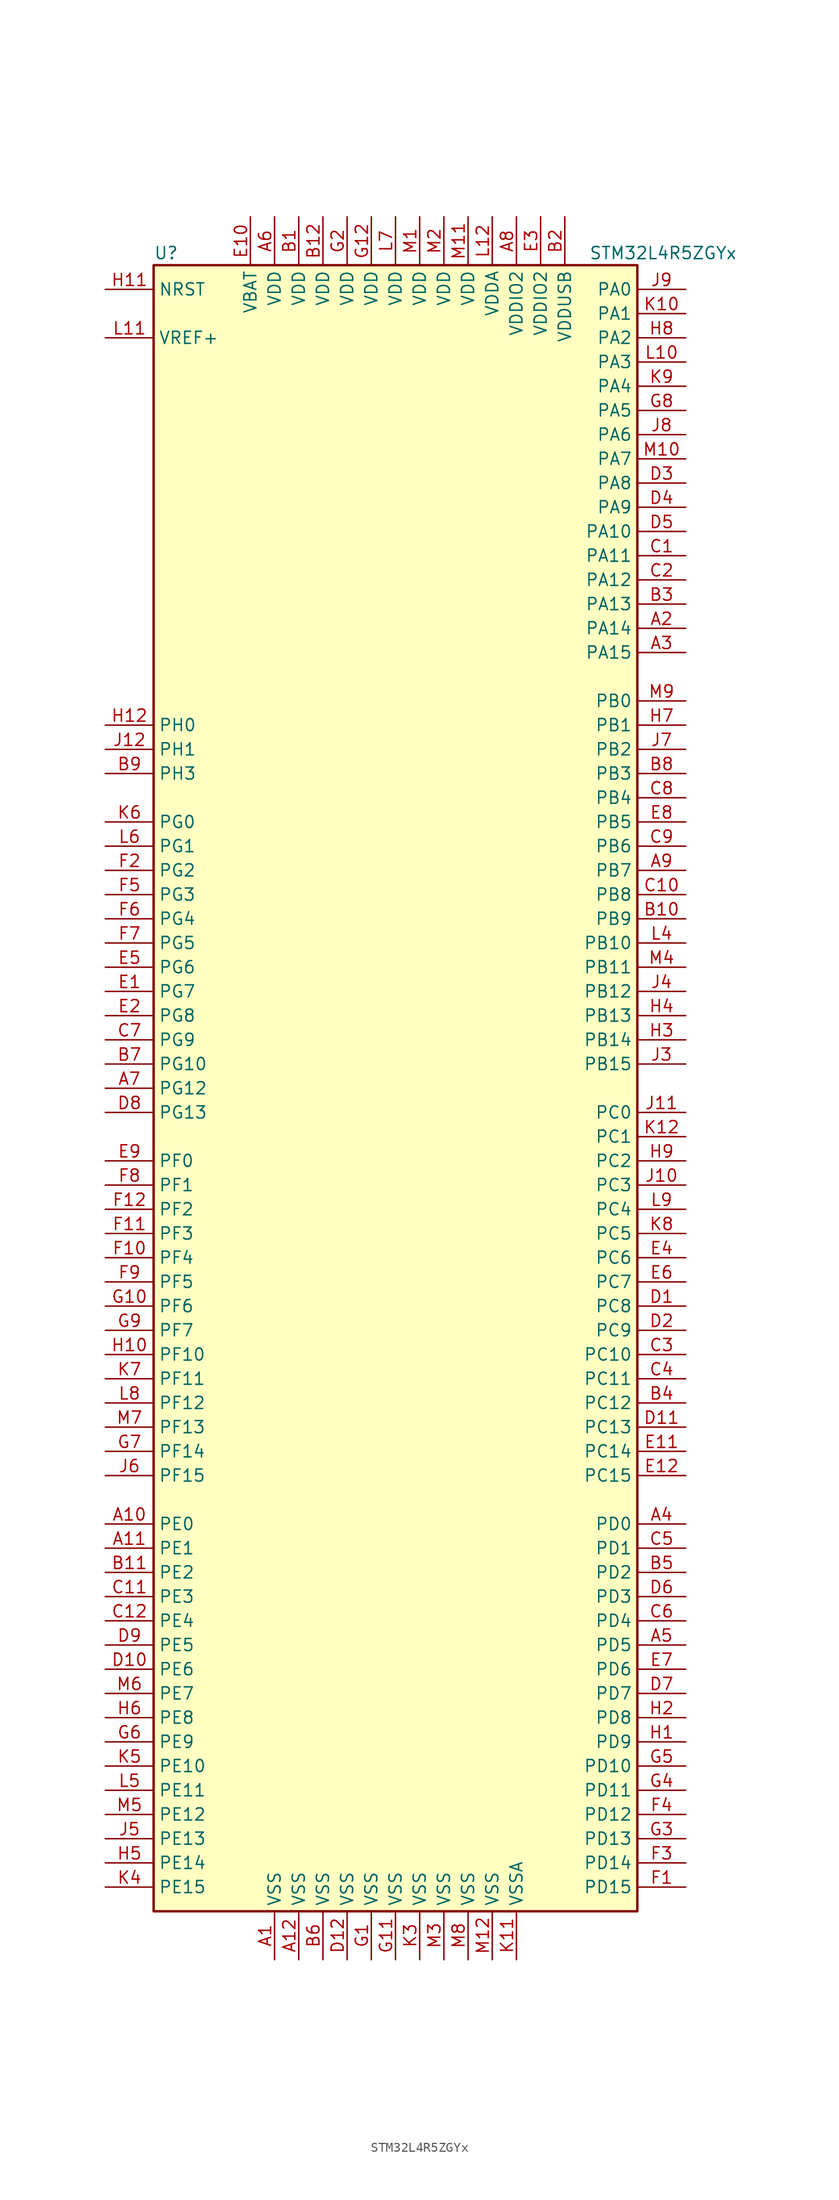
<source format=kicad_sym>
(kicad_symbol_lib
  (version 20211014)
  (generator kicad_symbol_editor)
  (symbol "STM32L4R5ZGYx"
    (property "Reference" "U"
      (at -25.4 87.63 0)
      (effects (font (size 1.27 1.27)) (justify left)))
    (property "Value" "STM32L4R5ZGYx"
      (at 20.32 87.63 0)
      (effects (font (size 1.27 1.27)) (justify left)))
    (symbol "STM32L4R5ZGYx_0_1"
      (rectangle (start -25.4 -86.36) (end 25.4 86.36) (stroke (width 0.254) (type default) (color 0 0 0 0)) (fill (type background))))
    (symbol "STM32L4R5ZGYx_1_1"
      (pin power_in line (at -12.7 -91.44 90) (length 5.08) (name "VSS" (effects (font (size 1.27 1.27)))) (number "A1" (effects (font (size 1.27 1.27)))))
      (pin bidirectional line (at -30.48 -45.72 0) (length 5.08) (name "PE0" (effects (font (size 1.27 1.27)))) (number "A10" (effects (font (size 1.27 1.27)))))
      (pin bidirectional line (at -30.48 -48.26 0) (length 5.08) (name "PE1" (effects (font (size 1.27 1.27)))) (number "A11" (effects (font (size 1.27 1.27)))))
      (pin power_in line (at -10.16 -91.44 90) (length 5.08) (name "VSS" (effects (font (size 1.27 1.27)))) (number "A12" (effects (font (size 1.27 1.27)))))
      (pin bidirectional line (at 30.48 48.26 180) (length 5.08) (name "PA14" (effects (font (size 1.27 1.27)))) (number "A2" (effects (font (size 1.27 1.27)))))
      (pin bidirectional line (at 30.48 45.72 180) (length 5.08) (name "PA15" (effects (font (size 1.27 1.27)))) (number "A3" (effects (font (size 1.27 1.27)))))
      (pin bidirectional line (at 30.48 -45.72 180) (length 5.08) (name "PD0" (effects (font (size 1.27 1.27)))) (number "A4" (effects (font (size 1.27 1.27)))))
      (pin bidirectional line (at 30.48 -58.42 180) (length 5.08) (name "PD5" (effects (font (size 1.27 1.27)))) (number "A5" (effects (font (size 1.27 1.27)))))
      (pin power_in line (at -12.7 91.44 270) (length 5.08) (name "VDD" (effects (font (size 1.27 1.27)))) (number "A6" (effects (font (size 1.27 1.27)))))
      (pin bidirectional line (at -30.48 0 0) (length 5.08) (name "PG12" (effects (font (size 1.27 1.27)))) (number "A7" (effects (font (size 1.27 1.27)))))
      (pin power_in line (at 12.7 91.44 270) (length 5.08) (name "VDDIO2" (effects (font (size 1.27 1.27)))) (number "A8" (effects (font (size 1.27 1.27)))))
      (pin bidirectional line (at 30.48 22.86 180) (length 5.08) (name "PB7" (effects (font (size 1.27 1.27)))) (number "A9" (effects (font (size 1.27 1.27)))))
      (pin power_in line (at -10.16 91.44 270) (length 5.08) (name "VDD" (effects (font (size 1.27 1.27)))) (number "B1" (effects (font (size 1.27 1.27)))))
      (pin bidirectional line (at 30.48 17.78 180) (length 5.08) (name "PB9" (effects (font (size 1.27 1.27)))) (number "B10" (effects (font (size 1.27 1.27)))))
      (pin bidirectional line (at -30.48 -50.8 0) (length 5.08) (name "PE2" (effects (font (size 1.27 1.27)))) (number "B11" (effects (font (size 1.27 1.27)))))
      (pin power_in line (at -7.62 91.44 270) (length 5.08) (name "VDD" (effects (font (size 1.27 1.27)))) (number "B12" (effects (font (size 1.27 1.27)))))
      (pin power_in line (at 17.78 91.44 270) (length 5.08) (name "VDDUSB" (effects (font (size 1.27 1.27)))) (number "B2" (effects (font (size 1.27 1.27)))))
      (pin bidirectional line (at 30.48 50.8 180) (length 5.08) (name "PA13" (effects (font (size 1.27 1.27)))) (number "B3" (effects (font (size 1.27 1.27)))))
      (pin bidirectional line (at 30.48 -33.02 180) (length 5.08) (name "PC12" (effects (font (size 1.27 1.27)))) (number "B4" (effects (font (size 1.27 1.27)))))
      (pin bidirectional line (at 30.48 -50.8 180) (length 5.08) (name "PD2" (effects (font (size 1.27 1.27)))) (number "B5" (effects (font (size 1.27 1.27)))))
      (pin power_in line (at -7.62 -91.44 90) (length 5.08) (name "VSS" (effects (font (size 1.27 1.27)))) (number "B6" (effects (font (size 1.27 1.27)))))
      (pin bidirectional line (at -30.48 2.54 0) (length 5.08) (name "PG10" (effects (font (size 1.27 1.27)))) (number "B7" (effects (font (size 1.27 1.27)))))
      (pin bidirectional line (at 30.48 33.02 180) (length 5.08) (name "PB3" (effects (font (size 1.27 1.27)))) (number "B8" (effects (font (size 1.27 1.27)))))
      (pin bidirectional line (at -30.48 33.02 0) (length 5.08) (name "PH3" (effects (font (size 1.27 1.27)))) (number "B9" (effects (font (size 1.27 1.27)))))
      (pin bidirectional line (at 30.48 55.88 180) (length 5.08) (name "PA11" (effects (font (size 1.27 1.27)))) (number "C1" (effects (font (size 1.27 1.27)))))
      (pin bidirectional line (at 30.48 20.32 180) (length 5.08) (name "PB8" (effects (font (size 1.27 1.27)))) (number "C10" (effects (font (size 1.27 1.27)))))
      (pin bidirectional line (at -30.48 -53.34 0) (length 5.08) (name "PE3" (effects (font (size 1.27 1.27)))) (number "C11" (effects (font (size 1.27 1.27)))))
      (pin bidirectional line (at -30.48 -55.88 0) (length 5.08) (name "PE4" (effects (font (size 1.27 1.27)))) (number "C12" (effects (font (size 1.27 1.27)))))
      (pin bidirectional line (at 30.48 53.34 180) (length 5.08) (name "PA12" (effects (font (size 1.27 1.27)))) (number "C2" (effects (font (size 1.27 1.27)))))
      (pin bidirectional line (at 30.48 -27.94 180) (length 5.08) (name "PC10" (effects (font (size 1.27 1.27)))) (number "C3" (effects (font (size 1.27 1.27)))))
      (pin bidirectional line (at 30.48 -30.48 180) (length 5.08) (name "PC11" (effects (font (size 1.27 1.27)))) (number "C4" (effects (font (size 1.27 1.27)))))
      (pin bidirectional line (at 30.48 -48.26 180) (length 5.08) (name "PD1" (effects (font (size 1.27 1.27)))) (number "C5" (effects (font (size 1.27 1.27)))))
      (pin bidirectional line (at 30.48 -55.88 180) (length 5.08) (name "PD4" (effects (font (size 1.27 1.27)))) (number "C6" (effects (font (size 1.27 1.27)))))
      (pin bidirectional line (at -30.48 5.08 0) (length 5.08) (name "PG9" (effects (font (size 1.27 1.27)))) (number "C7" (effects (font (size 1.27 1.27)))))
      (pin bidirectional line (at 30.48 30.48 180) (length 5.08) (name "PB4" (effects (font (size 1.27 1.27)))) (number "C8" (effects (font (size 1.27 1.27)))))
      (pin bidirectional line (at 30.48 25.4 180) (length 5.08) (name "PB6" (effects (font (size 1.27 1.27)))) (number "C9" (effects (font (size 1.27 1.27)))))
      (pin bidirectional line (at 30.48 -22.86 180) (length 5.08) (name "PC8" (effects (font (size 1.27 1.27)))) (number "D1" (effects (font (size 1.27 1.27)))))
      (pin bidirectional line (at -30.48 -60.96 0) (length 5.08) (name "PE6" (effects (font (size 1.27 1.27)))) (number "D10" (effects (font (size 1.27 1.27)))))
      (pin bidirectional line (at 30.48 -35.56 180) (length 5.08) (name "PC13" (effects (font (size 1.27 1.27)))) (number "D11" (effects (font (size 1.27 1.27)))))
      (pin power_in line (at -5.08 -91.44 90) (length 5.08) (name "VSS" (effects (font (size 1.27 1.27)))) (number "D12" (effects (font (size 1.27 1.27)))))
      (pin bidirectional line (at 30.48 -25.4 180) (length 5.08) (name "PC9" (effects (font (size 1.27 1.27)))) (number "D2" (effects (font (size 1.27 1.27)))))
      (pin bidirectional line (at 30.48 63.5 180) (length 5.08) (name "PA8" (effects (font (size 1.27 1.27)))) (number "D3" (effects (font (size 1.27 1.27)))))
      (pin bidirectional line (at 30.48 60.96 180) (length 5.08) (name "PA9" (effects (font (size 1.27 1.27)))) (number "D4" (effects (font (size 1.27 1.27)))))
      (pin bidirectional line (at 30.48 58.42 180) (length 5.08) (name "PA10" (effects (font (size 1.27 1.27)))) (number "D5" (effects (font (size 1.27 1.27)))))
      (pin bidirectional line (at 30.48 -53.34 180) (length 5.08) (name "PD3" (effects (font (size 1.27 1.27)))) (number "D6" (effects (font (size 1.27 1.27)))))
      (pin bidirectional line (at 30.48 -63.5 180) (length 5.08) (name "PD7" (effects (font (size 1.27 1.27)))) (number "D7" (effects (font (size 1.27 1.27)))))
      (pin bidirectional line (at -30.48 -2.54 0) (length 5.08) (name "PG13" (effects (font (size 1.27 1.27)))) (number "D8" (effects (font (size 1.27 1.27)))))
      (pin bidirectional line (at -30.48 -58.42 0) (length 5.08) (name "PE5" (effects (font (size 1.27 1.27)))) (number "D9" (effects (font (size 1.27 1.27)))))
      (pin bidirectional line (at -30.48 10.16 0) (length 5.08) (name "PG7" (effects (font (size 1.27 1.27)))) (number "E1" (effects (font (size 1.27 1.27)))))
      (pin power_in line (at -15.24 91.44 270) (length 5.08) (name "VBAT" (effects (font (size 1.27 1.27)))) (number "E10" (effects (font (size 1.27 1.27)))))
      (pin bidirectional line (at 30.48 -38.1 180) (length 5.08) (name "PC14" (effects (font (size 1.27 1.27)))) (number "E11" (effects (font (size 1.27 1.27)))))
      (pin bidirectional line (at 30.48 -40.64 180) (length 5.08) (name "PC15" (effects (font (size 1.27 1.27)))) (number "E12" (effects (font (size 1.27 1.27)))))
      (pin bidirectional line (at -30.48 7.62 0) (length 5.08) (name "PG8" (effects (font (size 1.27 1.27)))) (number "E2" (effects (font (size 1.27 1.27)))))
      (pin power_in line (at 15.24 91.44 270) (length 5.08) (name "VDDIO2" (effects (font (size 1.27 1.27)))) (number "E3" (effects (font (size 1.27 1.27)))))
      (pin bidirectional line (at 30.48 -17.78 180) (length 5.08) (name "PC6" (effects (font (size 1.27 1.27)))) (number "E4" (effects (font (size 1.27 1.27)))))
      (pin bidirectional line (at -30.48 12.7 0) (length 5.08) (name "PG6" (effects (font (size 1.27 1.27)))) (number "E5" (effects (font (size 1.27 1.27)))))
      (pin bidirectional line (at 30.48 -20.32 180) (length 5.08) (name "PC7" (effects (font (size 1.27 1.27)))) (number "E6" (effects (font (size 1.27 1.27)))))
      (pin bidirectional line (at 30.48 -60.96 180) (length 5.08) (name "PD6" (effects (font (size 1.27 1.27)))) (number "E7" (effects (font (size 1.27 1.27)))))
      (pin bidirectional line (at 30.48 27.94 180) (length 5.08) (name "PB5" (effects (font (size 1.27 1.27)))) (number "E8" (effects (font (size 1.27 1.27)))))
      (pin bidirectional line (at -30.48 -7.62 0) (length 5.08) (name "PF0" (effects (font (size 1.27 1.27)))) (number "E9" (effects (font (size 1.27 1.27)))))
      (pin bidirectional line (at 30.48 -83.82 180) (length 5.08) (name "PD15" (effects (font (size 1.27 1.27)))) (number "F1" (effects (font (size 1.27 1.27)))))
      (pin bidirectional line (at -30.48 -17.78 0) (length 5.08) (name "PF4" (effects (font (size 1.27 1.27)))) (number "F10" (effects (font (size 1.27 1.27)))))
      (pin bidirectional line (at -30.48 -15.24 0) (length 5.08) (name "PF3" (effects (font (size 1.27 1.27)))) (number "F11" (effects (font (size 1.27 1.27)))))
      (pin bidirectional line (at -30.48 -12.7 0) (length 5.08) (name "PF2" (effects (font (size 1.27 1.27)))) (number "F12" (effects (font (size 1.27 1.27)))))
      (pin bidirectional line (at -30.48 22.86 0) (length 5.08) (name "PG2" (effects (font (size 1.27 1.27)))) (number "F2" (effects (font (size 1.27 1.27)))))
      (pin bidirectional line (at 30.48 -81.28 180) (length 5.08) (name "PD14" (effects (font (size 1.27 1.27)))) (number "F3" (effects (font (size 1.27 1.27)))))
      (pin bidirectional line (at 30.48 -76.2 180) (length 5.08) (name "PD12" (effects (font (size 1.27 1.27)))) (number "F4" (effects (font (size 1.27 1.27)))))
      (pin bidirectional line (at -30.48 20.32 0) (length 5.08) (name "PG3" (effects (font (size 1.27 1.27)))) (number "F5" (effects (font (size 1.27 1.27)))))
      (pin bidirectional line (at -30.48 17.78 0) (length 5.08) (name "PG4" (effects (font (size 1.27 1.27)))) (number "F6" (effects (font (size 1.27 1.27)))))
      (pin bidirectional line (at -30.48 15.24 0) (length 5.08) (name "PG5" (effects (font (size 1.27 1.27)))) (number "F7" (effects (font (size 1.27 1.27)))))
      (pin bidirectional line (at -30.48 -10.16 0) (length 5.08) (name "PF1" (effects (font (size 1.27 1.27)))) (number "F8" (effects (font (size 1.27 1.27)))))
      (pin bidirectional line (at -30.48 -20.32 0) (length 5.08) (name "PF5" (effects (font (size 1.27 1.27)))) (number "F9" (effects (font (size 1.27 1.27)))))
      (pin power_in line (at -2.54 -91.44 90) (length 5.08) (name "VSS" (effects (font (size 1.27 1.27)))) (number "G1" (effects (font (size 1.27 1.27)))))
      (pin bidirectional line (at -30.48 -22.86 0) (length 5.08) (name "PF6" (effects (font (size 1.27 1.27)))) (number "G10" (effects (font (size 1.27 1.27)))))
      (pin power_in line (at 0 -91.44 90) (length 5.08) (name "VSS" (effects (font (size 1.27 1.27)))) (number "G11" (effects (font (size 1.27 1.27)))))
      (pin power_in line (at -2.54 91.44 270) (length 5.08) (name "VDD" (effects (font (size 1.27 1.27)))) (number "G12" (effects (font (size 1.27 1.27)))))
      (pin power_in line (at -5.08 91.44 270) (length 5.08) (name "VDD" (effects (font (size 1.27 1.27)))) (number "G2" (effects (font (size 1.27 1.27)))))
      (pin bidirectional line (at 30.48 -78.74 180) (length 5.08) (name "PD13" (effects (font (size 1.27 1.27)))) (number "G3" (effects (font (size 1.27 1.27)))))
      (pin bidirectional line (at 30.48 -73.66 180) (length 5.08) (name "PD11" (effects (font (size 1.27 1.27)))) (number "G4" (effects (font (size 1.27 1.27)))))
      (pin bidirectional line (at 30.48 -71.12 180) (length 5.08) (name "PD10" (effects (font (size 1.27 1.27)))) (number "G5" (effects (font (size 1.27 1.27)))))
      (pin bidirectional line (at -30.48 -68.58 0) (length 5.08) (name "PE9" (effects (font (size 1.27 1.27)))) (number "G6" (effects (font (size 1.27 1.27)))))
      (pin bidirectional line (at -30.48 -38.1 0) (length 5.08) (name "PF14" (effects (font (size 1.27 1.27)))) (number "G7" (effects (font (size 1.27 1.27)))))
      (pin bidirectional line (at 30.48 71.12 180) (length 5.08) (name "PA5" (effects (font (size 1.27 1.27)))) (number "G8" (effects (font (size 1.27 1.27)))))
      (pin bidirectional line (at -30.48 -25.4 0) (length 5.08) (name "PF7" (effects (font (size 1.27 1.27)))) (number "G9" (effects (font (size 1.27 1.27)))))
      (pin bidirectional line (at 30.48 -68.58 180) (length 5.08) (name "PD9" (effects (font (size 1.27 1.27)))) (number "H1" (effects (font (size 1.27 1.27)))))
      (pin bidirectional line (at -30.48 -27.94 0) (length 5.08) (name "PF10" (effects (font (size 1.27 1.27)))) (number "H10" (effects (font (size 1.27 1.27)))))
      (pin input line (at -30.48 83.82 0) (length 5.08) (name "NRST" (effects (font (size 1.27 1.27)))) (number "H11" (effects (font (size 1.27 1.27)))))
      (pin input line (at -30.48 38.1 0) (length 5.08) (name "PH0" (effects (font (size 1.27 1.27)))) (number "H12" (effects (font (size 1.27 1.27)))))
      (pin bidirectional line (at 30.48 -66.04 180) (length 5.08) (name "PD8" (effects (font (size 1.27 1.27)))) (number "H2" (effects (font (size 1.27 1.27)))))
      (pin bidirectional line (at 30.48 5.08 180) (length 5.08) (name "PB14" (effects (font (size 1.27 1.27)))) (number "H3" (effects (font (size 1.27 1.27)))))
      (pin bidirectional line (at 30.48 7.62 180) (length 5.08) (name "PB13" (effects (font (size 1.27 1.27)))) (number "H4" (effects (font (size 1.27 1.27)))))
      (pin bidirectional line (at -30.48 -81.28 0) (length 5.08) (name "PE14" (effects (font (size 1.27 1.27)))) (number "H5" (effects (font (size 1.27 1.27)))))
      (pin bidirectional line (at -30.48 -66.04 0) (length 5.08) (name "PE8" (effects (font (size 1.27 1.27)))) (number "H6" (effects (font (size 1.27 1.27)))))
      (pin bidirectional line (at 30.48 38.1 180) (length 5.08) (name "PB1" (effects (font (size 1.27 1.27)))) (number "H7" (effects (font (size 1.27 1.27)))))
      (pin bidirectional line (at 30.48 78.74 180) (length 5.08) (name "PA2" (effects (font (size 1.27 1.27)))) (number "H8" (effects (font (size 1.27 1.27)))))
      (pin bidirectional line (at 30.48 -7.62 180) (length 5.08) (name "PC2" (effects (font (size 1.27 1.27)))) (number "H9" (effects (font (size 1.27 1.27)))))
      (pin no_connect line (at -25.4 -83.82 0) (length 5.08) hide (name "NC" (effects (font (size 1.27 1.27)))) (number "J1" (effects (font (size 1.27 1.27)))))
      (pin bidirectional line (at 30.48 -10.16 180) (length 5.08) (name "PC3" (effects (font (size 1.27 1.27)))) (number "J10" (effects (font (size 1.27 1.27)))))
      (pin bidirectional line (at 30.48 -2.54 180) (length 5.08) (name "PC0" (effects (font (size 1.27 1.27)))) (number "J11" (effects (font (size 1.27 1.27)))))
      (pin input line (at -30.48 35.56 0) (length 5.08) (name "PH1" (effects (font (size 1.27 1.27)))) (number "J12" (effects (font (size 1.27 1.27)))))
      (pin no_connect line (at -25.4 -81.28 0) (length 5.08) hide (name "NC" (effects (font (size 1.27 1.27)))) (number "J2" (effects (font (size 1.27 1.27)))))
      (pin bidirectional line (at 30.48 2.54 180) (length 5.08) (name "PB15" (effects (font (size 1.27 1.27)))) (number "J3" (effects (font (size 1.27 1.27)))))
      (pin bidirectional line (at 30.48 10.16 180) (length 5.08) (name "PB12" (effects (font (size 1.27 1.27)))) (number "J4" (effects (font (size 1.27 1.27)))))
      (pin bidirectional line (at -30.48 -78.74 0) (length 5.08) (name "PE13" (effects (font (size 1.27 1.27)))) (number "J5" (effects (font (size 1.27 1.27)))))
      (pin bidirectional line (at -30.48 -40.64 0) (length 5.08) (name "PF15" (effects (font (size 1.27 1.27)))) (number "J6" (effects (font (size 1.27 1.27)))))
      (pin bidirectional line (at 30.48 35.56 180) (length 5.08) (name "PB2" (effects (font (size 1.27 1.27)))) (number "J7" (effects (font (size 1.27 1.27)))))
      (pin bidirectional line (at 30.48 68.58 180) (length 5.08) (name "PA6" (effects (font (size 1.27 1.27)))) (number "J8" (effects (font (size 1.27 1.27)))))
      (pin bidirectional line (at 30.48 83.82 180) (length 5.08) (name "PA0" (effects (font (size 1.27 1.27)))) (number "J9" (effects (font (size 1.27 1.27)))))
      (pin no_connect line (at -25.4 -78.74 0) (length 5.08) hide (name "NC" (effects (font (size 1.27 1.27)))) (number "K1" (effects (font (size 1.27 1.27)))))
      (pin bidirectional line (at 30.48 81.28 180) (length 5.08) (name "PA1" (effects (font (size 1.27 1.27)))) (number "K10" (effects (font (size 1.27 1.27)))))
      (pin power_in line (at 12.7 -91.44 90) (length 5.08) (name "VSSA" (effects (font (size 1.27 1.27)))) (number "K11" (effects (font (size 1.27 1.27)))))
      (pin bidirectional line (at 30.48 -5.08 180) (length 5.08) (name "PC1" (effects (font (size 1.27 1.27)))) (number "K12" (effects (font (size 1.27 1.27)))))
      (pin no_connect line (at -25.4 -76.2 0) (length 5.08) hide (name "NC" (effects (font (size 1.27 1.27)))) (number "K2" (effects (font (size 1.27 1.27)))))
      (pin power_in line (at 2.54 -91.44 90) (length 5.08) (name "VSS" (effects (font (size 1.27 1.27)))) (number "K3" (effects (font (size 1.27 1.27)))))
      (pin bidirectional line (at -30.48 -83.82 0) (length 5.08) (name "PE15" (effects (font (size 1.27 1.27)))) (number "K4" (effects (font (size 1.27 1.27)))))
      (pin bidirectional line (at -30.48 -71.12 0) (length 5.08) (name "PE10" (effects (font (size 1.27 1.27)))) (number "K5" (effects (font (size 1.27 1.27)))))
      (pin bidirectional line (at -30.48 27.94 0) (length 5.08) (name "PG0" (effects (font (size 1.27 1.27)))) (number "K6" (effects (font (size 1.27 1.27)))))
      (pin bidirectional line (at -30.48 -30.48 0) (length 5.08) (name "PF11" (effects (font (size 1.27 1.27)))) (number "K7" (effects (font (size 1.27 1.27)))))
      (pin bidirectional line (at 30.48 -15.24 180) (length 5.08) (name "PC5" (effects (font (size 1.27 1.27)))) (number "K8" (effects (font (size 1.27 1.27)))))
      (pin bidirectional line (at 30.48 73.66 180) (length 5.08) (name "PA4" (effects (font (size 1.27 1.27)))) (number "K9" (effects (font (size 1.27 1.27)))))
      (pin no_connect line (at -25.4 -73.66 0) (length 5.08) hide (name "NC" (effects (font (size 1.27 1.27)))) (number "L1" (effects (font (size 1.27 1.27)))))
      (pin bidirectional line (at 30.48 76.2 180) (length 5.08) (name "PA3" (effects (font (size 1.27 1.27)))) (number "L10" (effects (font (size 1.27 1.27)))))
      (pin bidirectional line (at -30.48 78.74 0) (length 5.08) (name "VREF+" (effects (font (size 1.27 1.27)))) (number "L11" (effects (font (size 1.27 1.27)))))
      (pin power_in line (at 10.16 91.44 270) (length 5.08) (name "VDDA" (effects (font (size 1.27 1.27)))) (number "L12" (effects (font (size 1.27 1.27)))))
      (pin no_connect line (at -25.4 -71.12 0) (length 5.08) hide (name "NC" (effects (font (size 1.27 1.27)))) (number "L2" (effects (font (size 1.27 1.27)))))
      (pin no_connect line (at -25.4 -68.58 0) (length 5.08) hide (name "NC" (effects (font (size 1.27 1.27)))) (number "L3" (effects (font (size 1.27 1.27)))))
      (pin bidirectional line (at 30.48 15.24 180) (length 5.08) (name "PB10" (effects (font (size 1.27 1.27)))) (number "L4" (effects (font (size 1.27 1.27)))))
      (pin bidirectional line (at -30.48 -73.66 0) (length 5.08) (name "PE11" (effects (font (size 1.27 1.27)))) (number "L5" (effects (font (size 1.27 1.27)))))
      (pin bidirectional line (at -30.48 25.4 0) (length 5.08) (name "PG1" (effects (font (size 1.27 1.27)))) (number "L6" (effects (font (size 1.27 1.27)))))
      (pin power_in line (at 0 91.44 270) (length 5.08) (name "VDD" (effects (font (size 1.27 1.27)))) (number "L7" (effects (font (size 1.27 1.27)))))
      (pin bidirectional line (at -30.48 -33.02 0) (length 5.08) (name "PF12" (effects (font (size 1.27 1.27)))) (number "L8" (effects (font (size 1.27 1.27)))))
      (pin bidirectional line (at 30.48 -12.7 180) (length 5.08) (name "PC4" (effects (font (size 1.27 1.27)))) (number "L9" (effects (font (size 1.27 1.27)))))
      (pin power_in line (at 2.54 91.44 270) (length 5.08) (name "VDD" (effects (font (size 1.27 1.27)))) (number "M1" (effects (font (size 1.27 1.27)))))
      (pin bidirectional line (at 30.48 66.04 180) (length 5.08) (name "PA7" (effects (font (size 1.27 1.27)))) (number "M10" (effects (font (size 1.27 1.27)))))
      (pin power_in line (at 7.62 91.44 270) (length 5.08) (name "VDD" (effects (font (size 1.27 1.27)))) (number "M11" (effects (font (size 1.27 1.27)))))
      (pin power_in line (at 10.16 -91.44 90) (length 5.08) (name "VSS" (effects (font (size 1.27 1.27)))) (number "M12" (effects (font (size 1.27 1.27)))))
      (pin power_in line (at 5.08 91.44 270) (length 5.08) (name "VDD" (effects (font (size 1.27 1.27)))) (number "M2" (effects (font (size 1.27 1.27)))))
      (pin power_in line (at 5.08 -91.44 90) (length 5.08) (name "VSS" (effects (font (size 1.27 1.27)))) (number "M3" (effects (font (size 1.27 1.27)))))
      (pin bidirectional line (at 30.48 12.7 180) (length 5.08) (name "PB11" (effects (font (size 1.27 1.27)))) (number "M4" (effects (font (size 1.27 1.27)))))
      (pin bidirectional line (at -30.48 -76.2 0) (length 5.08) (name "PE12" (effects (font (size 1.27 1.27)))) (number "M5" (effects (font (size 1.27 1.27)))))
      (pin bidirectional line (at -30.48 -63.5 0) (length 5.08) (name "PE7" (effects (font (size 1.27 1.27)))) (number "M6" (effects (font (size 1.27 1.27)))))
      (pin bidirectional line (at -30.48 -35.56 0) (length 5.08) (name "PF13" (effects (font (size 1.27 1.27)))) (number "M7" (effects (font (size 1.27 1.27)))))
      (pin power_in line (at 7.62 -91.44 90) (length 5.08) (name "VSS" (effects (font (size 1.27 1.27)))) (number "M8" (effects (font (size 1.27 1.27)))))
      (pin bidirectional line (at 30.48 40.64 180) (length 5.08) (name "PB0" (effects (font (size 1.27 1.27)))) (number "M9" (effects (font (size 1.27 1.27))))))))
</source>
